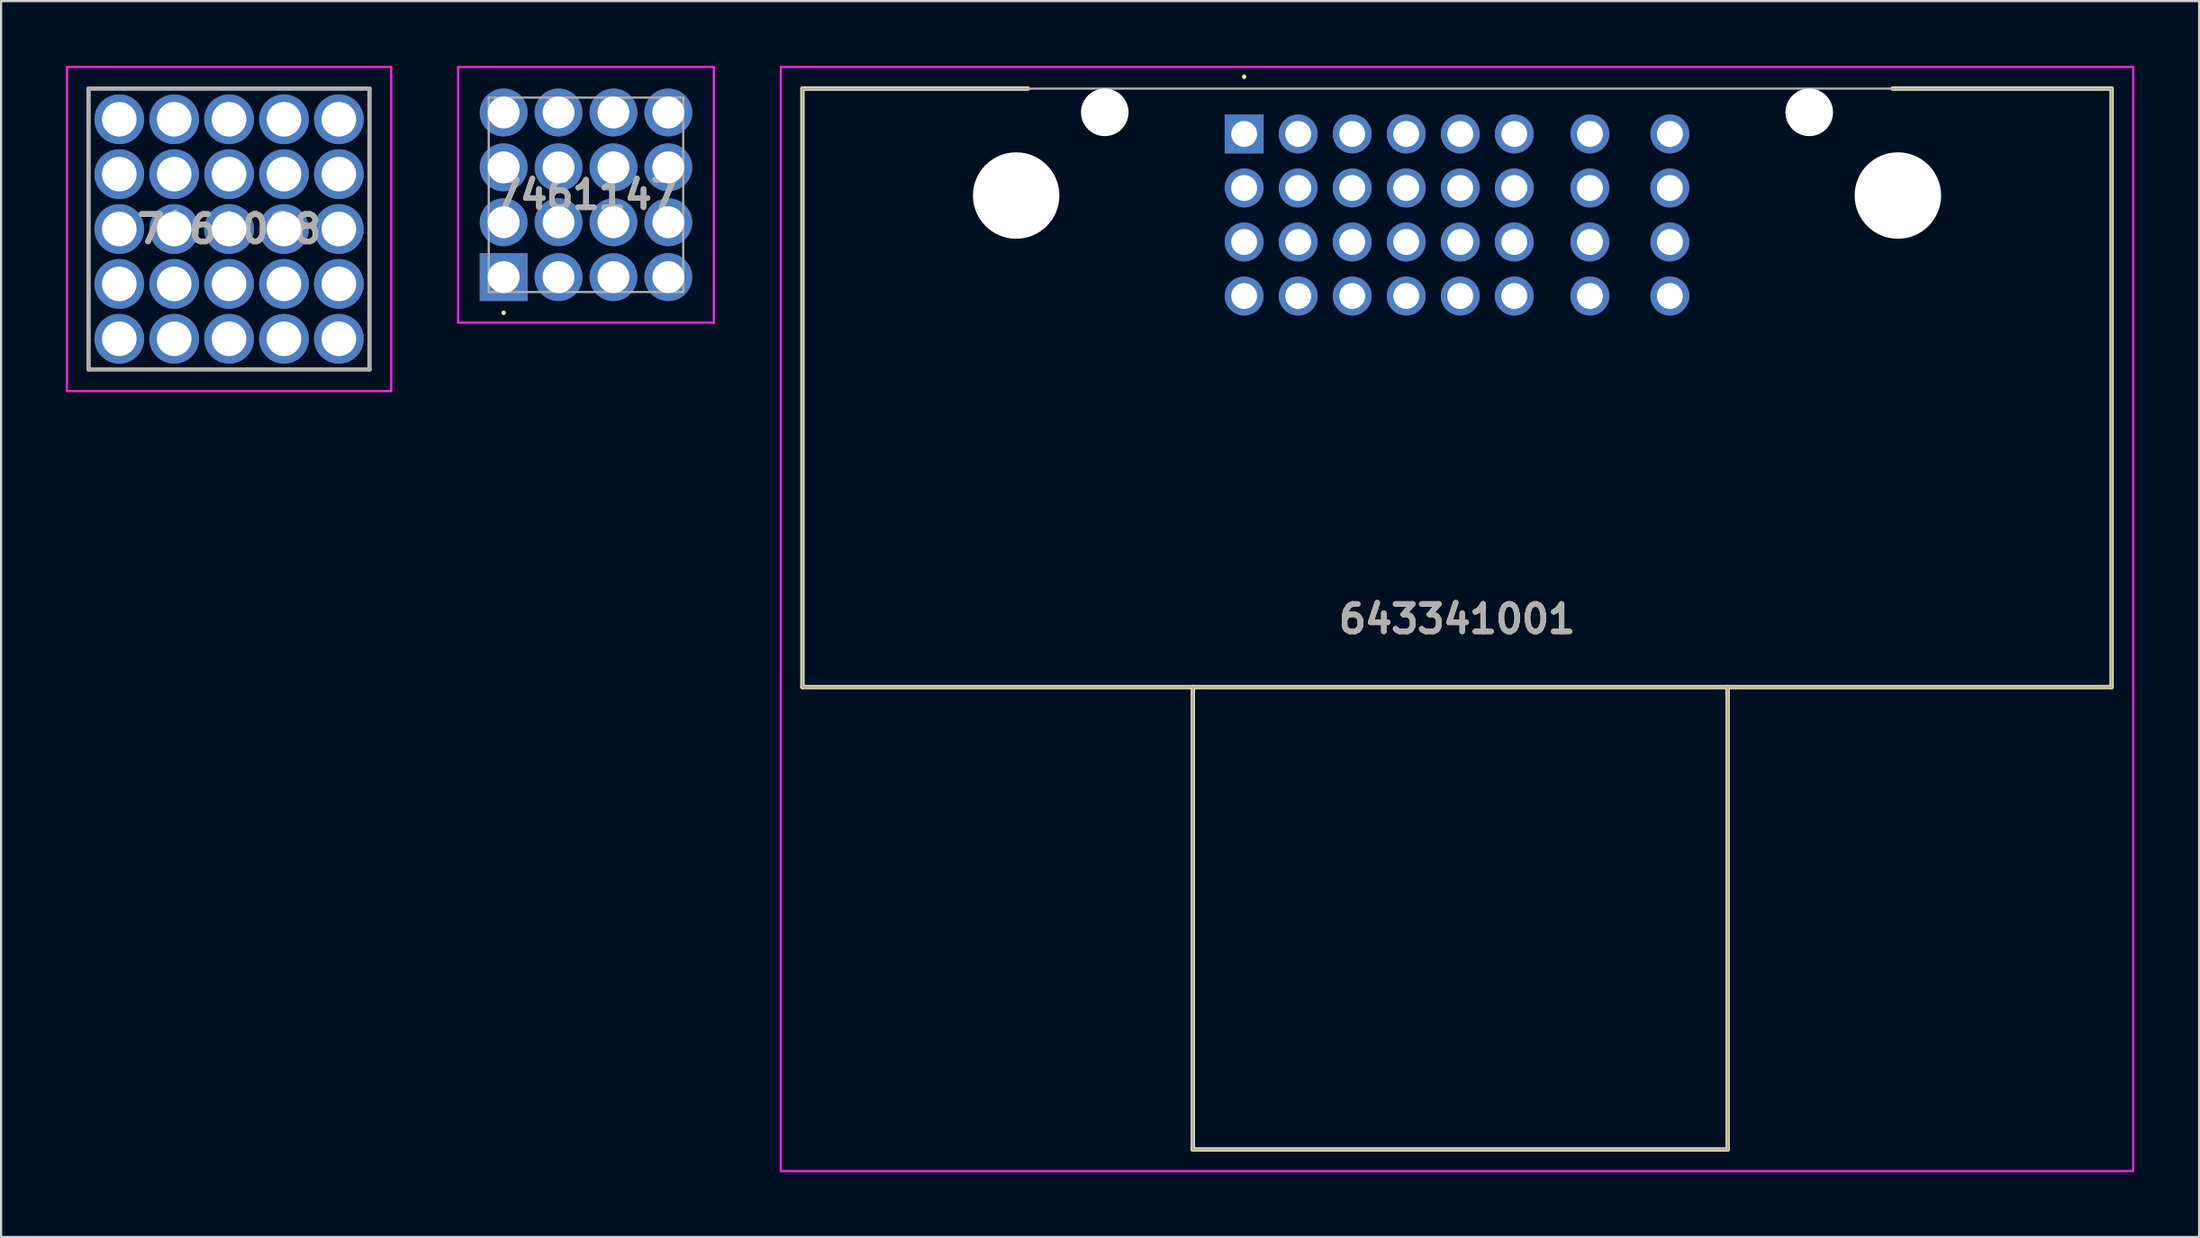
<source format=kicad_pcb>
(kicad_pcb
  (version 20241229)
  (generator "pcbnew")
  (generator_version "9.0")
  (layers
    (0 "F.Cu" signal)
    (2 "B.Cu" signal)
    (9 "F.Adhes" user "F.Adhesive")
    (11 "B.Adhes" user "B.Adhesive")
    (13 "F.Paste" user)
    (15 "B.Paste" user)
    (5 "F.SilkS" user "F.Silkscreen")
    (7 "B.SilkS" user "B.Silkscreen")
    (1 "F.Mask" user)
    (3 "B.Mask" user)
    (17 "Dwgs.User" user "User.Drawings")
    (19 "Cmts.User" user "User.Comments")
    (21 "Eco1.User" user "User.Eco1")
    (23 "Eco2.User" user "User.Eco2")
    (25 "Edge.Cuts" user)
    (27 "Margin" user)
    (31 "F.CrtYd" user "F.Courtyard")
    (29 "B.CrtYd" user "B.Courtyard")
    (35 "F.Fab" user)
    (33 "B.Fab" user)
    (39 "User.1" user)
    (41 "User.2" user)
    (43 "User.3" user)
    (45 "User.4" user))
  (footprint "7461147"
    (layer "F.Cu")
    (at 20.256 9.776)
    (property "Reference" "7461147" (at 3.81 -3.81 0) (layer "F.SilkS") (effects (font (size 1.27 1.27) (thickness 0.254))))
    (attr through_hole)
    (fp_line (start 0 1.6) (end 0 1.6) (stroke (width 0.1) (type solid)) (layer "F.SilkS"))
    (fp_line (start 0 1.7) (end 0 1.7) (stroke (width 0.1) (type solid)) (layer "F.SilkS"))
    (fp_arc (start 0 1.6) (mid 0.05 1.65) (end 0 1.7) (stroke (width 0.1) (type solid)) (layer "F.SilkS"))
    (fp_arc (start 0 1.7) (mid -0.05 1.65) (end 0 1.6) (stroke (width 0.1) (type solid)) (layer "F.SilkS"))
    (fp_line (start -2.106 -9.726) (end 9.726 -9.726) (stroke (width 0.1) (type solid)) (layer "F.CrtYd"))
    (fp_line (start -2.106 2.106) (end -2.106 -9.726) (stroke (width 0.1) (type solid)) (layer "F.CrtYd"))
    (fp_line (start 9.726 -9.726) (end 9.726 2.106) (stroke (width 0.1) (type solid)) (layer "F.CrtYd"))
    (fp_line (start 9.726 2.106) (end -2.106 2.106) (stroke (width 0.1) (type solid)) (layer "F.CrtYd"))
    (fp_line (start -0.69 -8.31) (end 8.31 -8.31) (stroke (width 0.1) (type solid)) (layer "F.Fab"))
    (fp_line (start -0.69 0.69) (end -0.69 -8.31) (stroke (width 0.1) (type solid)) (layer "F.Fab"))
    (fp_line (start 8.31 -8.31) (end 8.31 0.69) (stroke (width 0.1) (type solid)) (layer "F.Fab"))
    (fp_line (start 8.31 0.69) (end -0.69 0.69) (stroke (width 0.1) (type solid)) (layer "F.Fab"))
    (fp_text user "${REFERENCE}" (at 3.81 -3.81 0) (layer "F.Fab") (effects (font (size 1.27 1.27) (thickness 0.254))))
    (pad "1" thru_hole rect (at 0 0) (size 2.213 2.213) (drill 1.475) (layers "*.Cu" "*.Mask"))
    (pad "2" thru_hole circle (at 2.54 0) (size 2.213 2.213) (drill 1.475) (layers "*.Cu" "*.Mask"))
    (pad "3" thru_hole circle (at 5.08 0) (size 2.213 2.213) (drill 1.475) (layers "*.Cu" "*.Mask"))
    (pad "4" thru_hole circle (at 7.62 0) (size 2.213 2.213) (drill 1.475) (layers "*.Cu" "*.Mask"))
    (pad "5" thru_hole circle (at 0 -2.54) (size 2.213 2.213) (drill 1.475) (layers "*.Cu" "*.Mask"))
    (pad "6" thru_hole circle (at 2.54 -2.54) (size 2.213 2.213) (drill 1.475) (layers "*.Cu" "*.Mask"))
    (pad "7" thru_hole circle (at 5.08 -2.54) (size 2.213 2.213) (drill 1.475) (layers "*.Cu" "*.Mask"))
    (pad "8" thru_hole circle (at 7.62 -2.54) (size 2.213 2.213) (drill 1.475) (layers "*.Cu" "*.Mask"))
    (pad "9" thru_hole circle (at 0 -5.08) (size 2.213 2.213) (drill 1.475) (layers "*.Cu" "*.Mask"))
    (pad "10" thru_hole circle (at 2.54 -5.08) (size 2.213 2.213) (drill 1.475) (layers "*.Cu" "*.Mask"))
    (pad "11" thru_hole circle (at 5.08 -5.08) (size 2.213 2.213) (drill 1.475) (layers "*.Cu" "*.Mask"))
    (pad "12" thru_hole circle (at 7.62 -5.08) (size 2.213 2.213) (drill 1.475) (layers "*.Cu" "*.Mask"))
    (pad "13" thru_hole circle (at 0 -7.62) (size 2.213 2.213) (drill 1.475) (layers "*.Cu" "*.Mask"))
    (pad "14" thru_hole circle (at 2.54 -7.62) (size 2.213 2.213) (drill 1.475) (layers "*.Cu" "*.Mask"))
    (pad "15" thru_hole circle (at 5.08 -7.62) (size 2.213 2.213) (drill 1.475) (layers "*.Cu" "*.Mask"))
    (pad "16" thru_hole circle (at 7.62 -7.62) (size 2.213 2.213) (drill 1.475) (layers "*.Cu" "*.Mask")))
  (footprint "7461098"
    (layer "F.Cu")
    (at 2.47 12.63)
    (property "Reference" "7461098" (at 5.08 -5.08 0) (layer "F.SilkS") (effects (font (size 1.27 1.27) (thickness 0.254))))
    (attr through_hole)
    (fp_line (start -1.42 -11.58) (end 11.58 -11.58) (stroke (width 0.1) (type solid)) (layer "F.SilkS"))
    (fp_line (start -1.42 1.42) (end -1.42 -11.58) (stroke (width 0.1) (type solid)) (layer "F.SilkS"))
    (fp_line (start 11.58 -11.58) (end 11.58 1.42) (stroke (width 0.1) (type solid)) (layer "F.SilkS"))
    (fp_line (start 11.58 1.42) (end -1.42 1.42) (stroke (width 0.1) (type solid)) (layer "F.SilkS"))
    (fp_line (start -2.42 -12.58) (end 12.58 -12.58) (stroke (width 0.1) (type solid)) (layer "F.CrtYd"))
    (fp_line (start -2.42 2.42) (end -2.42 -12.58) (stroke (width 0.1) (type solid)) (layer "F.CrtYd"))
    (fp_line (start 12.58 -12.58) (end 12.58 2.42) (stroke (width 0.1) (type solid)) (layer "F.CrtYd"))
    (fp_line (start 12.58 2.42) (end -2.42 2.42) (stroke (width 0.1) (type solid)) (layer "F.CrtYd"))
    (fp_line (start -1.42 -11.58) (end 11.58 -11.58) (stroke (width 0.2) (type solid)) (layer "F.Fab"))
    (fp_line (start -1.42 1.42) (end -1.42 -11.58) (stroke (width 0.2) (type solid)) (layer "F.Fab"))
    (fp_line (start 11.58 -11.58) (end 11.58 1.42) (stroke (width 0.2) (type solid)) (layer "F.Fab"))
    (fp_line (start 11.58 1.42) (end -1.42 1.42) (stroke (width 0.2) (type solid)) (layer "F.Fab"))
    (fp_text user "${REFERENCE}" (at 5.08 -5.08 0) (layer "F.Fab") (effects (font (size 1.27 1.27) (thickness 0.254))))
    (pad "1" thru_hole circle (at 0 0) (size 2.3 2.3) (drill 1.6) (layers "*.Cu" "*.Mask"))
    (pad "2" thru_hole circle (at 2.54 0) (size 2.3 2.3) (drill 1.6) (layers "*.Cu" "*.Mask"))
    (pad "3" thru_hole circle (at 5.08 0) (size 2.3 2.3) (drill 1.6) (layers "*.Cu" "*.Mask"))
    (pad "4" thru_hole circle (at 7.62 0) (size 2.3 2.3) (drill 1.6) (layers "*.Cu" "*.Mask"))
    (pad "5" thru_hole circle (at 10.16 0) (size 2.3 2.3) (drill 1.6) (layers "*.Cu" "*.Mask"))
    (pad "6" thru_hole circle (at 0 -2.54) (size 2.3 2.3) (drill 1.6) (layers "*.Cu" "*.Mask"))
    (pad "7" thru_hole circle (at 2.54 -2.54) (size 2.3 2.3) (drill 1.6) (layers "*.Cu" "*.Mask"))
    (pad "8" thru_hole circle (at 5.08 -2.54) (size 2.3 2.3) (drill 1.6) (layers "*.Cu" "*.Mask"))
    (pad "9" thru_hole circle (at 7.62 -2.54) (size 2.3 2.3) (drill 1.6) (layers "*.Cu" "*.Mask"))
    (pad "10" thru_hole circle (at 10.16 -2.54) (size 2.3 2.3) (drill 1.6) (layers "*.Cu" "*.Mask"))
    (pad "11" thru_hole circle (at 0 -5.08) (size 2.3 2.3) (drill 1.6) (layers "*.Cu" "*.Mask"))
    (pad "12" thru_hole circle (at 2.54 -5.08) (size 2.3 2.3) (drill 1.6) (layers "*.Cu" "*.Mask"))
    (pad "13" thru_hole circle (at 5.08 -5.08) (size 2.3 2.3) (drill 1.6) (layers "*.Cu" "*.Mask"))
    (pad "14" thru_hole circle (at 7.62 -5.08) (size 2.3 2.3) (drill 1.6) (layers "*.Cu" "*.Mask"))
    (pad "15" thru_hole circle (at 10.16 -5.08) (size 2.3 2.3) (drill 1.6) (layers "*.Cu" "*.Mask"))
    (pad "16" thru_hole circle (at 0 -7.62) (size 2.3 2.3) (drill 1.6) (layers "*.Cu" "*.Mask"))
    (pad "17" thru_hole circle (at 2.54 -7.62) (size 2.3 2.3) (drill 1.6) (layers "*.Cu" "*.Mask"))
    (pad "18" thru_hole circle (at 5.08 -7.62) (size 2.3 2.3) (drill 1.6) (layers "*.Cu" "*.Mask"))
    (pad "19" thru_hole circle (at 7.62 -7.62) (size 2.3 2.3) (drill 1.6) (layers "*.Cu" "*.Mask"))
    (pad "20" thru_hole circle (at 10.16 -7.62) (size 2.3 2.3) (drill 1.6) (layers "*.Cu" "*.Mask"))
    (pad "21" thru_hole circle (at 0 -10.16) (size 2.3 2.3) (drill 1.6) (layers "*.Cu" "*.Mask"))
    (pad "22" thru_hole circle (at 2.54 -10.16) (size 2.3 2.3) (drill 1.6) (layers "*.Cu" "*.Mask"))
    (pad "23" thru_hole circle (at 5.08 -10.16) (size 2.3 2.3) (drill 1.6) (layers "*.Cu" "*.Mask"))
    (pad "24" thru_hole circle (at 7.62 -10.16) (size 2.3 2.3) (drill 1.6) (layers "*.Cu" "*.Mask"))
    (pad "25" thru_hole circle (at 10.16 -10.16) (size 2.3 2.3) (drill 1.6) (layers "*.Cu" "*.Mask")))
  (footprint "643341001"
    (layer "F.Cu")
    (at 54.522 3.15)
    (property "Reference" "643341001" (at 9.85 22.45 0) (layer "F.SilkS") (effects (font (size 1.27 1.27) (thickness 0.254))))
    (attr through_hole)
    (fp_line (start -20.44 -2.1) (end -20.44 25.6) (stroke (width 0.2) (type solid)) (layer "F.SilkS"))
    (fp_line (start -20.44 25.6) (end 40.14 25.6) (stroke (width 0.2) (type solid)) (layer "F.SilkS"))
    (fp_line (start -10 -2.1) (end -20.44 -2.1) (stroke (width 0.2) (type solid)) (layer "F.SilkS"))
    (fp_line (start -2.375 25.6) (end -2.375 47) (stroke (width 0.2) (type solid)) (layer "F.SilkS"))
    (fp_line (start -2.375 47) (end 22.375 47) (stroke (width 0.2) (type solid)) (layer "F.SilkS"))
    (fp_line (start 0 -2.7) (end 0 -2.7) (stroke (width 0.1) (type solid)) (layer "F.SilkS"))
    (fp_line (start 0 -2.6) (end 0 -2.6) (stroke (width 0.1) (type solid)) (layer "F.SilkS"))
    (fp_line (start 22.375 47) (end 22.375 25.6) (stroke (width 0.2) (type solid)) (layer "F.SilkS"))
    (fp_line (start 40.14 -2.1) (end 30 -2.1) (stroke (width 0.2) (type solid)) (layer "F.SilkS"))
    (fp_line (start 40.14 25.6) (end 40.14 -2.1) (stroke (width 0.2) (type solid)) (layer "F.SilkS"))
    (fp_arc (start 0 -2.7) (mid 0.05 -2.65) (end 0 -2.6) (stroke (width 0.1) (type solid)) (layer "F.SilkS"))
    (fp_arc (start 0 -2.6) (mid -0.05 -2.65) (end 0 -2.7) (stroke (width 0.1) (type solid)) (layer "F.SilkS"))
    (fp_line (start -21.44 -3.1) (end 41.14 -3.1) (stroke (width 0.1) (type solid)) (layer "F.CrtYd"))
    (fp_line (start -21.44 48) (end -21.44 -3.1) (stroke (width 0.1) (type solid)) (layer "F.CrtYd"))
    (fp_line (start 41.14 -3.1) (end 41.14 48) (stroke (width 0.1) (type solid)) (layer "F.CrtYd"))
    (fp_line (start 41.14 48) (end -21.44 48) (stroke (width 0.1) (type solid)) (layer "F.CrtYd"))
    (fp_line (start -20.44 -2.1) (end 40.14 -2.1) (stroke (width 0.1) (type solid)) (layer "F.Fab"))
    (fp_line (start -20.44 25.6) (end -20.44 -2.1) (stroke (width 0.1) (type solid)) (layer "F.Fab"))
    (fp_line (start -2.375 25.6) (end -2.375 47) (stroke (width 0.1) (type solid)) (layer "F.Fab"))
    (fp_line (start -2.375 47) (end 22.375 47) (stroke (width 0.1) (type solid)) (layer "F.Fab"))
    (fp_line (start 22.375 47) (end 22.375 25.6) (stroke (width 0.1) (type solid)) (layer "F.Fab"))
    (fp_line (start 40.14 -2.1) (end 40.14 25.6) (stroke (width 0.1) (type solid)) (layer "F.Fab"))
    (fp_line (start 40.14 25.6) (end -20.44 25.6) (stroke (width 0.1) (type solid)) (layer "F.Fab"))
    (fp_text user "${REFERENCE}" (at 9.85 22.45 0) (layer "F.Fab") (effects (font (size 1.27 1.27) (thickness 0.254))))
    (pad "" np_thru_hole circle (at -10.55 2.85) (size 4 4) (drill 4) (layers "*.Cu" "*.Mask"))
    (pad "" np_thru_hole circle (at -6.45 -1) (size 2.2 2.2) (drill 2.2) (layers "*.Cu" "*.Mask"))
    (pad "" np_thru_hole circle (at 26.15 -1) (size 2.2 2.2) (drill 2.2) (layers "*.Cu" "*.Mask"))
    (pad "" np_thru_hole circle (at 30.25 2.85) (size 4 4) (drill 4) (layers "*.Cu" "*.Mask"))
    (pad "A1" thru_hole rect (at 0 0) (size 1.8 1.8) (drill 1.2) (layers "*.Cu" "*.Mask"))
    (pad "A2" thru_hole circle (at 0 2.5) (size 1.8 1.8) (drill 1.2) (layers "*.Cu" "*.Mask"))
    (pad "A3" thru_hole circle (at 0 5) (size 1.8 1.8) (drill 1.2) (layers "*.Cu" "*.Mask"))
    (pad "A4" thru_hole circle (at 0 7.5) (size 1.8 1.8) (drill 1.2) (layers "*.Cu" "*.Mask"))
    (pad "B1" thru_hole circle (at 2.5 0) (size 1.8 1.8) (drill 1.2) (layers "*.Cu" "*.Mask"))
    (pad "B2" thru_hole circle (at 2.5 2.5) (size 1.8 1.8) (drill 1.2) (layers "*.Cu" "*.Mask"))
    (pad "B3" thru_hole circle (at 2.5 5) (size 1.8 1.8) (drill 1.2) (layers "*.Cu" "*.Mask"))
    (pad "B4" thru_hole circle (at 2.5 7.5) (size 1.8 1.8) (drill 1.2) (layers "*.Cu" "*.Mask"))
    (pad "C1" thru_hole circle (at 5 0) (size 1.8 1.8) (drill 1.2) (layers "*.Cu" "*.Mask"))
    (pad "C2" thru_hole circle (at 5 2.5) (size 1.8 1.8) (drill 1.2) (layers "*.Cu" "*.Mask"))
    (pad "C3" thru_hole circle (at 5 5) (size 1.8 1.8) (drill 1.2) (layers "*.Cu" "*.Mask"))
    (pad "C4" thru_hole circle (at 5 7.5) (size 1.8 1.8) (drill 1.2) (layers "*.Cu" "*.Mask"))
    (pad "D1" thru_hole circle (at 7.5 0) (size 1.8 1.8) (drill 1.2) (layers "*.Cu" "*.Mask"))
    (pad "D2" thru_hole circle (at 7.5 2.5) (size 1.8 1.8) (drill 1.2) (layers "*.Cu" "*.Mask"))
    (pad "D3" thru_hole circle (at 7.5 5) (size 1.8 1.8) (drill 1.2) (layers "*.Cu" "*.Mask"))
    (pad "D4" thru_hole circle (at 7.5 7.5) (size 1.8 1.8) (drill 1.2) (layers "*.Cu" "*.Mask"))
    (pad "E1" thru_hole circle (at 10 0) (size 1.8 1.8) (drill 1.2) (layers "*.Cu" "*.Mask"))
    (pad "E2" thru_hole circle (at 10 2.5) (size 1.8 1.8) (drill 1.2) (layers "*.Cu" "*.Mask"))
    (pad "E3" thru_hole circle (at 10 5) (size 1.8 1.8) (drill 1.2) (layers "*.Cu" "*.Mask"))
    (pad "E4" thru_hole circle (at 10 7.5) (size 1.8 1.8) (drill 1.2) (layers "*.Cu" "*.Mask"))
    (pad "F1" thru_hole circle (at 12.5 0) (size 1.8 1.8) (drill 1.2) (layers "*.Cu" "*.Mask"))
    (pad "F2" thru_hole circle (at 12.5 2.5) (size 1.8 1.8) (drill 1.2) (layers "*.Cu" "*.Mask"))
    (pad "F3" thru_hole circle (at 12.5 5) (size 1.8 1.8) (drill 1.2) (layers "*.Cu" "*.Mask"))
    (pad "F4" thru_hole circle (at 12.5 7.5) (size 1.8 1.8) (drill 1.2) (layers "*.Cu" "*.Mask"))
    (pad "G1" thru_hole circle (at 16 0) (size 1.8 1.8) (drill 1.2) (layers "*.Cu" "*.Mask"))
    (pad "G2" thru_hole circle (at 16 2.5) (size 1.8 1.8) (drill 1.2) (layers "*.Cu" "*.Mask"))
    (pad "G3" thru_hole circle (at 16 5) (size 1.8 1.8) (drill 1.2) (layers "*.Cu" "*.Mask"))
    (pad "G4" thru_hole circle (at 16 7.5) (size 1.8 1.8) (drill 1.2) (layers "*.Cu" "*.Mask"))
    (pad "H1" thru_hole circle (at 19.7 0) (size 1.8 1.8) (drill 1.2) (layers "*.Cu" "*.Mask"))
    (pad "H2" thru_hole circle (at 19.7 2.5) (size 1.8 1.8) (drill 1.2) (layers "*.Cu" "*.Mask"))
    (pad "H3" thru_hole circle (at 19.7 5) (size 1.8 1.8) (drill 1.2) (layers "*.Cu" "*.Mask"))
    (pad "H4" thru_hole circle (at 19.7 7.5) (size 1.8 1.8) (drill 1.2) (layers "*.Cu" "*.Mask")))
  (gr_rect
    (start -3 -3)
    (end 98.712 54.2)
    (stroke (width 0.1) (type default))
    (fill no)
    (layer "Edge.Cuts")))
</source>
